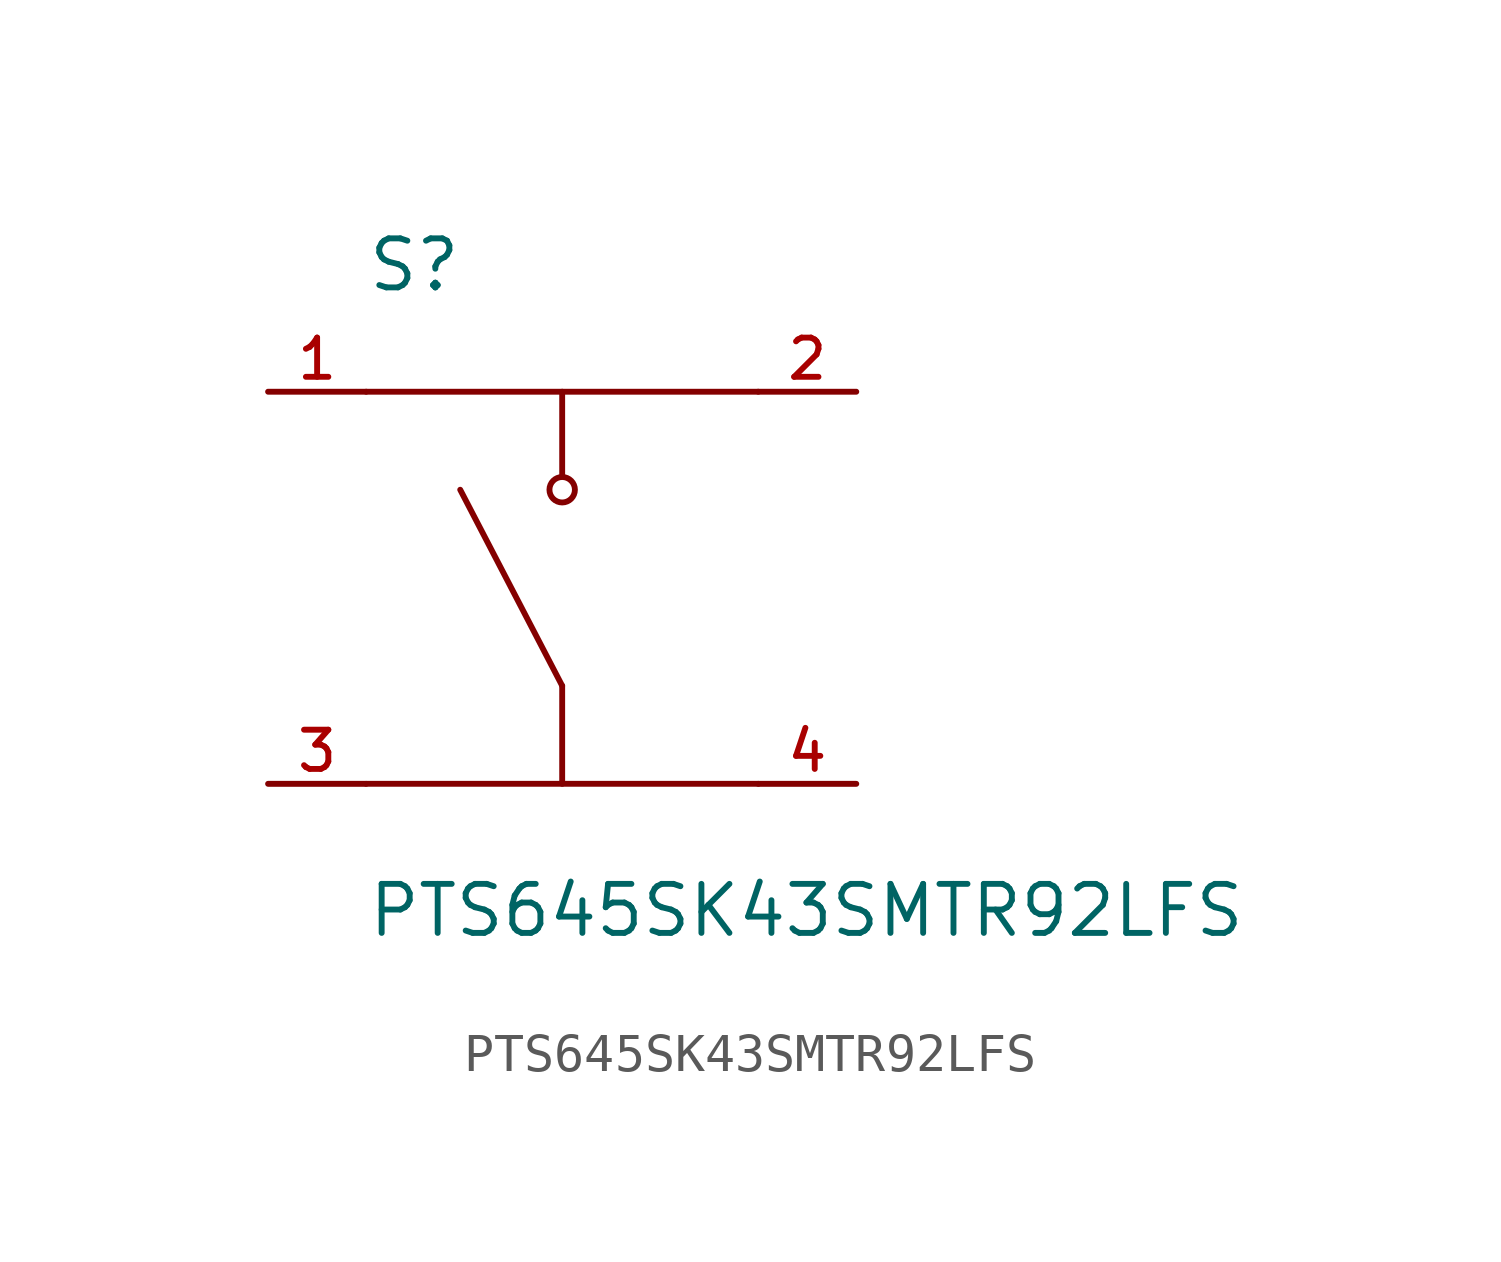
<source format=kicad_sym>
(kicad_symbol_lib
  (version 20241209)
  (generator "kicad_symbol_editor")
  (generator_version "9.0")
  (symbol "PTS645SK43SMTR92LFS"
    (pin_names
      (offset 1.016))
    (property "Reference" "S"
      (at -5.08 7.62 0)
      (effects (font (size 1.27 1.27)) (justify left bottom)))
    (property "Value" "PTS645SK43SMTR92LFS"
      (at -5.08 -7.62 0)
      (effects (font (size 1.27 1.27)) (justify left top)))
    (symbol "PTS645SK43SMTR92LFS_0_0"
      (polyline (pts (xy -5.08 5.08) (xy 5.08 5.08)) (stroke (width 0.152) (type default)) (fill (type none)))
      (polyline (pts (xy -5.08 -5.08) (xy 5.08 -5.08)) (stroke (width 0.152) (type default)) (fill (type none)))
      (polyline (pts (xy 0 5.08) (xy 0 2.921)) (stroke (width 0.152) (type default)) (fill (type none)))
      (circle (center 0 2.54) (radius 0.33) (stroke (width 0.152) (type default)) (fill (type none)))
      (polyline (pts (xy 0 -2.54) (xy -2.642 2.54)) (stroke (width 0.152) (type default)) (fill (type none)))
      (polyline (pts (xy 0 -2.54) (xy 0 -5.08)) (stroke (width 0.152) (type default)) (fill (type none)))
      (pin passive line (at -7.62 5.08 0) (length 2.54) (name "~" (effects (font (size 1.016 1.016)))) (number "1" (effects (font (size 1.016 1.016)))))
      (pin passive line (at -7.62 -5.08 0) (length 2.54) (name "~" (effects (font (size 1.016 1.016)))) (number "3" (effects (font (size 1.016 1.016)))))
      (pin passive line (at 7.62 5.08 180) (length 2.54) (name "~" (effects (font (size 1.016 1.016)))) (number "2" (effects (font (size 1.016 1.016)))))
      (pin passive line (at 7.62 -5.08 180) (length 2.54) (name "~" (effects (font (size 1.016 1.016)))) (number "4" (effects (font (size 1.016 1.016))))))))
</source>
